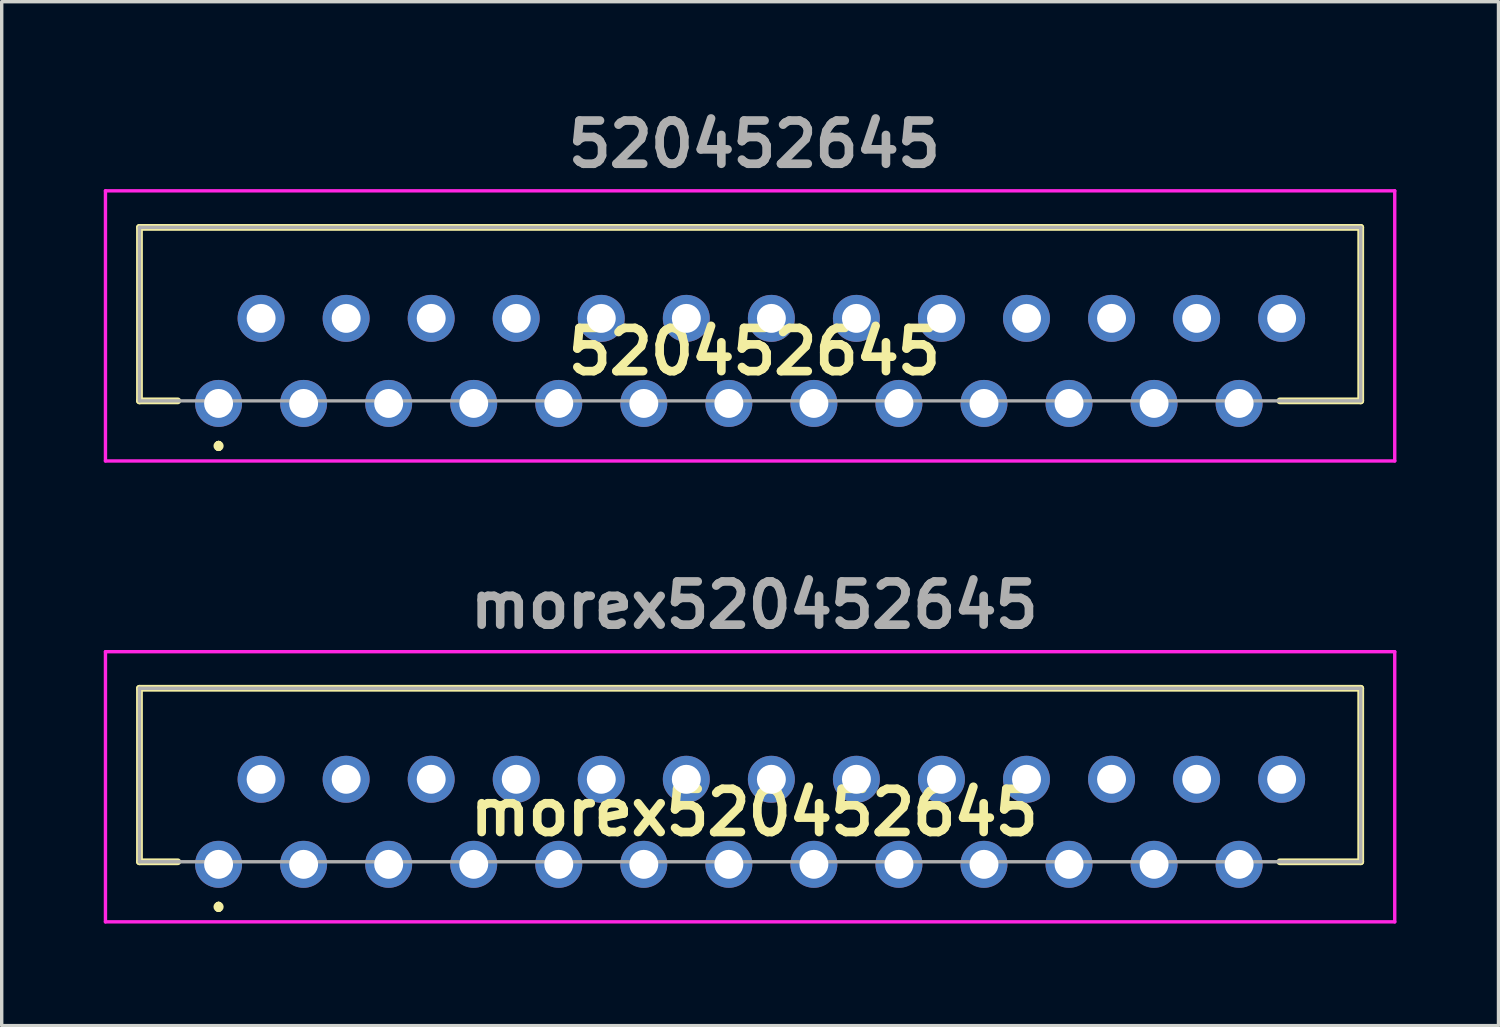
<source format=kicad_pcb>
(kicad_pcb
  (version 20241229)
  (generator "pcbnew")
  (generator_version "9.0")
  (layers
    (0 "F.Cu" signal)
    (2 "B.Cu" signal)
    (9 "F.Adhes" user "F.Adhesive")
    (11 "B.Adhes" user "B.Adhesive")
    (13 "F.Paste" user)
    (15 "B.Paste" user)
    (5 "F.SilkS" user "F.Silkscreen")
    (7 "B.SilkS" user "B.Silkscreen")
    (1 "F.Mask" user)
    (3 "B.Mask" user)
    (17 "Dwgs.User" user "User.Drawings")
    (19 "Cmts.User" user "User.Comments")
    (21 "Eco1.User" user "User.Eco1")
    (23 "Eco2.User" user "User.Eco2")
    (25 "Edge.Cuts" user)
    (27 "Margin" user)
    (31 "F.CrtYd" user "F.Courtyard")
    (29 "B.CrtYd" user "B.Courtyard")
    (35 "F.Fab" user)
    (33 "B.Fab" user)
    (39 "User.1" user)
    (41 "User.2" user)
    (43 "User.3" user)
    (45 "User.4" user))
  (footprint "morex520452645"
    (layer "F.Cu")
    (at 3.375 22.358)
    (property "Reference" "morex520452645" (at 15.748 -1.524 0) (layer "F.SilkS") (effects (font (size 1.27 1.27) (thickness 0.254))))
    (attr through_hole)
    (fp_line (start -2.325 -5.175) (end 33.575 -5.175) (stroke (width 0.2) (type solid)) (layer "F.SilkS"))
    (fp_line (start -2.325 -0.075) (end -2.325 -5.175) (stroke (width 0.2) (type solid)) (layer "F.SilkS"))
    (fp_line (start -1.2 -0.075) (end -2.325 -0.075) (stroke (width 0.2) (type solid)) (layer "F.SilkS"))
    (fp_line (start 0 1.2) (end 0 1.2) (stroke (width 0.2) (type solid)) (layer "F.SilkS"))
    (fp_line (start 0 1.3) (end 0 1.2) (stroke (width 0.2) (type solid)) (layer "F.SilkS"))
    (fp_line (start 0 1.3) (end 0 1.3) (stroke (width 0.2) (type solid)) (layer "F.SilkS"))
    (fp_line (start 33.575 -5.175) (end 33.575 -0.075) (stroke (width 0.2) (type solid)) (layer "F.SilkS"))
    (fp_line (start 33.575 -0.075) (end 31.2 -0.075) (stroke (width 0.2) (type solid)) (layer "F.SilkS"))
    (fp_arc (start 0 1.2) (mid 0.05 1.25) (end 0 1.3) (stroke (width 0.2) (type solid)) (layer "F.SilkS"))
    (fp_arc (start 0 1.3) (mid -0.05 1.25) (end 0 1.2) (stroke (width 0.2) (type solid)) (layer "F.SilkS"))
    (fp_line (start -3.325 -6.25) (end 34.575 -6.25) (stroke (width 0.1) (type solid)) (layer "F.CrtYd"))
    (fp_line (start -3.325 1.691) (end -3.325 -6.25) (stroke (width 0.1) (type solid)) (layer "F.CrtYd"))
    (fp_line (start 34.575 -6.25) (end 34.575 1.691) (stroke (width 0.1) (type solid)) (layer "F.CrtYd"))
    (fp_line (start 34.575 1.691) (end -3.325 1.691) (stroke (width 0.1) (type solid)) (layer "F.CrtYd"))
    (fp_line (start -2.325 -5.175) (end -2.325 -0.075) (stroke (width 0.1) (type solid)) (layer "F.Fab"))
    (fp_line (start -2.325 -0.075) (end 33.575 -0.075) (stroke (width 0.1) (type solid)) (layer "F.Fab"))
    (fp_line (start 33.575 -5.175) (end -2.325 -5.175) (stroke (width 0.1) (type solid)) (layer "F.Fab"))
    (fp_line (start 33.575 -0.075) (end 33.575 -5.175) (stroke (width 0.1) (type solid)) (layer "F.Fab"))
    (fp_text user "${REFERENCE}" (at 15.748 -7.62 0) (layer "F.Fab") (effects (font (size 1.27 1.27) (thickness 0.254))))
    (pad "1" thru_hole circle (at 0 0) (size 1.381 1.381) (drill 0.85) (layers "*.Cu" "*.Mask"))
    (pad "2" thru_hole circle (at 1.25 -2.5) (size 1.381 1.381) (drill 0.85) (layers "*.Cu" "*.Mask"))
    (pad "3" thru_hole circle (at 2.5 0) (size 1.381 1.381) (drill 0.85) (layers "*.Cu" "*.Mask"))
    (pad "4" thru_hole circle (at 3.75 -2.5) (size 1.381 1.381) (drill 0.85) (layers "*.Cu" "*.Mask"))
    (pad "5" thru_hole circle (at 5 0) (size 1.381 1.381) (drill 0.85) (layers "*.Cu" "*.Mask"))
    (pad "6" thru_hole circle (at 6.25 -2.5) (size 1.381 1.381) (drill 0.85) (layers "*.Cu" "*.Mask"))
    (pad "7" thru_hole circle (at 7.5 0) (size 1.381 1.381) (drill 0.85) (layers "*.Cu" "*.Mask"))
    (pad "8" thru_hole circle (at 8.75 -2.5) (size 1.381 1.381) (drill 0.85) (layers "*.Cu" "*.Mask"))
    (pad "9" thru_hole circle (at 10 0) (size 1.381 1.381) (drill 0.85) (layers "*.Cu" "*.Mask"))
    (pad "10" thru_hole circle (at 11.25 -2.5) (size 1.381 1.381) (drill 0.85) (layers "*.Cu" "*.Mask"))
    (pad "11" thru_hole circle (at 12.5 0) (size 1.381 1.381) (drill 0.85) (layers "*.Cu" "*.Mask"))
    (pad "12" thru_hole circle (at 13.75 -2.5) (size 1.381 1.381) (drill 0.85) (layers "*.Cu" "*.Mask"))
    (pad "13" thru_hole circle (at 15 0) (size 1.381 1.381) (drill 0.85) (layers "*.Cu" "*.Mask"))
    (pad "14" thru_hole circle (at 16.25 -2.5) (size 1.381 1.381) (drill 0.85) (layers "*.Cu" "*.Mask"))
    (pad "15" thru_hole circle (at 17.5 0) (size 1.381 1.381) (drill 0.85) (layers "*.Cu" "*.Mask"))
    (pad "16" thru_hole circle (at 18.75 -2.5) (size 1.381 1.381) (drill 0.85) (layers "*.Cu" "*.Mask"))
    (pad "17" thru_hole circle (at 20 0) (size 1.381 1.381) (drill 0.85) (layers "*.Cu" "*.Mask"))
    (pad "18" thru_hole circle (at 21.25 -2.5) (size 1.381 1.381) (drill 0.85) (layers "*.Cu" "*.Mask"))
    (pad "19" thru_hole circle (at 22.5 0) (size 1.381 1.381) (drill 0.85) (layers "*.Cu" "*.Mask"))
    (pad "20" thru_hole circle (at 23.75 -2.5) (size 1.381 1.381) (drill 0.85) (layers "*.Cu" "*.Mask"))
    (pad "21" thru_hole circle (at 25 0) (size 1.381 1.381) (drill 0.85) (layers "*.Cu" "*.Mask"))
    (pad "22" thru_hole circle (at 26.25 -2.5) (size 1.381 1.381) (drill 0.85) (layers "*.Cu" "*.Mask"))
    (pad "23" thru_hole circle (at 27.5 0) (size 1.381 1.381) (drill 0.85) (layers "*.Cu" "*.Mask"))
    (pad "24" thru_hole circle (at 28.75 -2.5) (size 1.381 1.381) (drill 0.85) (layers "*.Cu" "*.Mask"))
    (pad "25" thru_hole circle (at 30 0) (size 1.381 1.381) (drill 0.85) (layers "*.Cu" "*.Mask"))
    (pad "26" thru_hole circle (at 31.25 -2.5) (size 1.381 1.381) (drill 0.85) (layers "*.Cu" "*.Mask")))
  (footprint "520452645"
    (layer "F.Cu")
    (at 3.375 8.809)
    (property "Reference" "520452645" (at 15.748 -1.524 0) (layer "F.SilkS") (effects (font (size 1.27 1.27) (thickness 0.254))))
    (attr through_hole)
    (fp_line (start -2.325 -5.175) (end 33.575 -5.175) (stroke (width 0.2) (type solid)) (layer "F.SilkS"))
    (fp_line (start -2.325 -0.075) (end -2.325 -5.175) (stroke (width 0.2) (type solid)) (layer "F.SilkS"))
    (fp_line (start -1.2 -0.075) (end -2.325 -0.075) (stroke (width 0.2) (type solid)) (layer "F.SilkS"))
    (fp_line (start 0 1.2) (end 0 1.2) (stroke (width 0.2) (type solid)) (layer "F.SilkS"))
    (fp_line (start 0 1.3) (end 0 1.2) (stroke (width 0.2) (type solid)) (layer "F.SilkS"))
    (fp_line (start 0 1.3) (end 0 1.3) (stroke (width 0.2) (type solid)) (layer "F.SilkS"))
    (fp_line (start 33.575 -5.175) (end 33.575 -0.075) (stroke (width 0.2) (type solid)) (layer "F.SilkS"))
    (fp_line (start 33.575 -0.075) (end 31.2 -0.075) (stroke (width 0.2) (type solid)) (layer "F.SilkS"))
    (fp_arc (start 0 1.2) (mid 0.05 1.25) (end 0 1.3) (stroke (width 0.2) (type solid)) (layer "F.SilkS"))
    (fp_arc (start 0 1.3) (mid -0.05 1.25) (end 0 1.2) (stroke (width 0.2) (type solid)) (layer "F.SilkS"))
    (fp_line (start -3.325 -6.25) (end 34.575 -6.25) (stroke (width 0.1) (type solid)) (layer "F.CrtYd"))
    (fp_line (start -3.325 1.691) (end -3.325 -6.25) (stroke (width 0.1) (type solid)) (layer "F.CrtYd"))
    (fp_line (start 34.575 -6.25) (end 34.575 1.691) (stroke (width 0.1) (type solid)) (layer "F.CrtYd"))
    (fp_line (start 34.575 1.691) (end -3.325 1.691) (stroke (width 0.1) (type solid)) (layer "F.CrtYd"))
    (fp_line (start -2.325 -5.175) (end -2.325 -0.075) (stroke (width 0.1) (type solid)) (layer "F.Fab"))
    (fp_line (start -2.325 -0.075) (end 33.575 -0.075) (stroke (width 0.1) (type solid)) (layer "F.Fab"))
    (fp_line (start 33.575 -5.175) (end -2.325 -5.175) (stroke (width 0.1) (type solid)) (layer "F.Fab"))
    (fp_line (start 33.575 -0.075) (end 33.575 -5.175) (stroke (width 0.1) (type solid)) (layer "F.Fab"))
    (fp_text user "${REFERENCE}" (at 15.748 -7.62 0) (layer "F.Fab") (effects (font (size 1.27 1.27) (thickness 0.254))))
    (pad "1" thru_hole circle (at 0 0) (size 1.381 1.381) (drill 0.85) (layers "*.Cu" "*.Mask"))
    (pad "2" thru_hole circle (at 1.25 -2.5) (size 1.381 1.381) (drill 0.85) (layers "*.Cu" "*.Mask"))
    (pad "3" thru_hole circle (at 2.5 0) (size 1.381 1.381) (drill 0.85) (layers "*.Cu" "*.Mask"))
    (pad "4" thru_hole circle (at 3.75 -2.5) (size 1.381 1.381) (drill 0.85) (layers "*.Cu" "*.Mask"))
    (pad "5" thru_hole circle (at 5 0) (size 1.381 1.381) (drill 0.85) (layers "*.Cu" "*.Mask"))
    (pad "6" thru_hole circle (at 6.25 -2.5) (size 1.381 1.381) (drill 0.85) (layers "*.Cu" "*.Mask"))
    (pad "7" thru_hole circle (at 7.5 0) (size 1.381 1.381) (drill 0.85) (layers "*.Cu" "*.Mask"))
    (pad "8" thru_hole circle (at 8.75 -2.5) (size 1.381 1.381) (drill 0.85) (layers "*.Cu" "*.Mask"))
    (pad "9" thru_hole circle (at 10 0) (size 1.381 1.381) (drill 0.85) (layers "*.Cu" "*.Mask"))
    (pad "10" thru_hole circle (at 11.25 -2.5) (size 1.381 1.381) (drill 0.85) (layers "*.Cu" "*.Mask"))
    (pad "11" thru_hole circle (at 12.5 0) (size 1.381 1.381) (drill 0.85) (layers "*.Cu" "*.Mask"))
    (pad "12" thru_hole circle (at 13.75 -2.5) (size 1.381 1.381) (drill 0.85) (layers "*.Cu" "*.Mask"))
    (pad "13" thru_hole circle (at 15 0) (size 1.381 1.381) (drill 0.85) (layers "*.Cu" "*.Mask"))
    (pad "14" thru_hole circle (at 16.25 -2.5) (size 1.381 1.381) (drill 0.85) (layers "*.Cu" "*.Mask"))
    (pad "15" thru_hole circle (at 17.5 0) (size 1.381 1.381) (drill 0.85) (layers "*.Cu" "*.Mask"))
    (pad "16" thru_hole circle (at 18.75 -2.5) (size 1.381 1.381) (drill 0.85) (layers "*.Cu" "*.Mask"))
    (pad "17" thru_hole circle (at 20 0) (size 1.381 1.381) (drill 0.85) (layers "*.Cu" "*.Mask"))
    (pad "18" thru_hole circle (at 21.25 -2.5) (size 1.381 1.381) (drill 0.85) (layers "*.Cu" "*.Mask"))
    (pad "19" thru_hole circle (at 22.5 0) (size 1.381 1.381) (drill 0.85) (layers "*.Cu" "*.Mask"))
    (pad "20" thru_hole circle (at 23.75 -2.5) (size 1.381 1.381) (drill 0.85) (layers "*.Cu" "*.Mask"))
    (pad "21" thru_hole circle (at 25 0) (size 1.381 1.381) (drill 0.85) (layers "*.Cu" "*.Mask"))
    (pad "22" thru_hole circle (at 26.25 -2.5) (size 1.381 1.381) (drill 0.85) (layers "*.Cu" "*.Mask"))
    (pad "23" thru_hole circle (at 27.5 0) (size 1.381 1.381) (drill 0.85) (layers "*.Cu" "*.Mask"))
    (pad "24" thru_hole circle (at 28.75 -2.5) (size 1.381 1.381) (drill 0.85) (layers "*.Cu" "*.Mask"))
    (pad "25" thru_hole circle (at 30 0) (size 1.381 1.381) (drill 0.85) (layers "*.Cu" "*.Mask"))
    (pad "26" thru_hole circle (at 31.25 -2.5) (size 1.381 1.381) (drill 0.85) (layers "*.Cu" "*.Mask")))
  (gr_rect
    (start -3 -3)
    (end 41 27.099)
    (stroke (width 0.1) (type default))
    (fill no)
    (layer "Edge.Cuts")))
</source>
